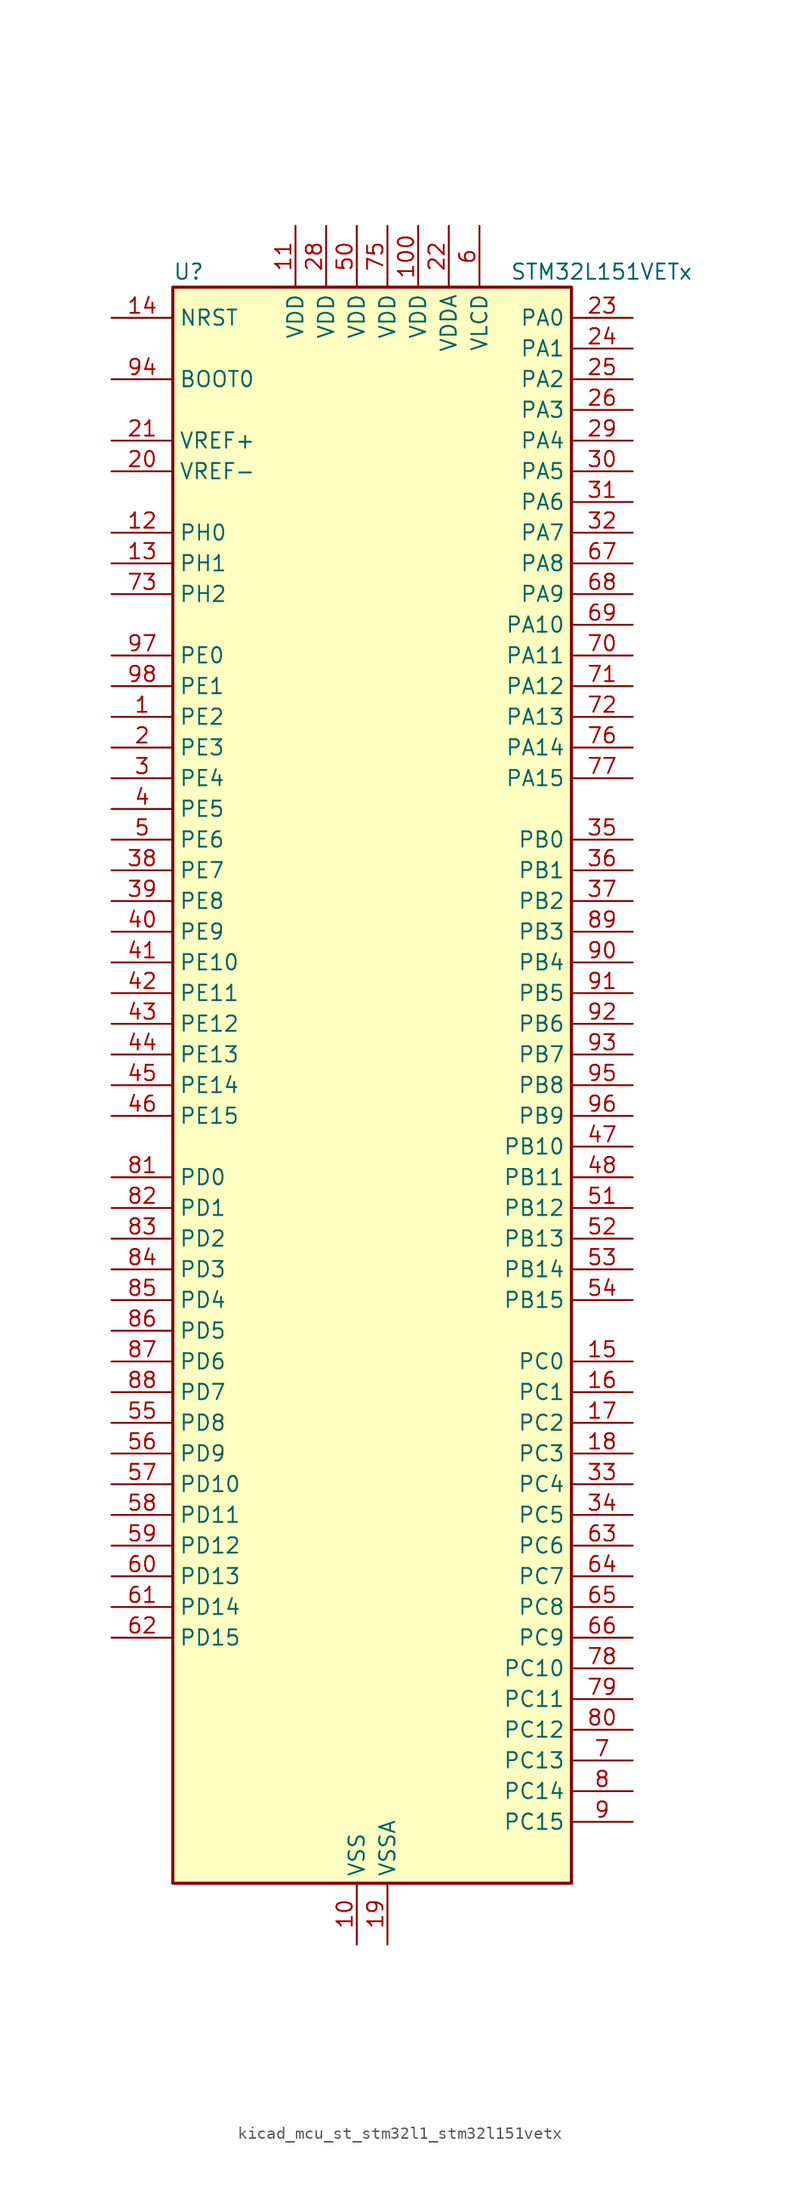
<source format=kicad_sym>
(kicad_symbol_lib
  (version 20220914)
  (generator kicad_symbol_editor)
  (symbol "kicad_mcu_st_stm32l1_stm32l151vetx"
    (property "Reference" "U"
      (at -15.24 67.31 0)
      (effects (font (size 1.27 1.27)) (justify left)))
    (property "Value" "STM32L151VETx"
      (at 12.7 67.31 0)
      (effects (font (size 1.27 1.27)) (justify left)))
    (property "ki_locked" ""
      (at 0 0 0)
      (effects (font (size 1.27 1.27))))
    (symbol "kicad_mcu_st_stm32l1_stm32l151vetx_0_1"
      (rectangle (start -15.24 -66.04) (end 17.78 66.04) (stroke (width 0.254) (type default)) (fill (type background))))
    (symbol "kicad_mcu_st_stm32l1_stm32l151vetx_1_1"
      (pin bidirectional line (at -20.32 30.48 0) (length 5.08) (name "PE2" (effects (font (size 1.27 1.27)))) (number "1" (effects (font (size 1.27 1.27)))) (alternate "SYS_TRACECK" bidirectional line) (alternate "TIM3_ETR" bidirectional line) (alternate "TIMX_IC3" bidirectional line))
      (pin power_in line (at 0 -71.12 90) (length 5.08) (name "VSS" (effects (font (size 1.27 1.27)))) (number "10" (effects (font (size 1.27 1.27)))))
      (pin power_in line (at 5.08 71.12 270) (length 5.08) (name "VDD" (effects (font (size 1.27 1.27)))) (number "100" (effects (font (size 1.27 1.27)))))
      (pin power_in line (at -5.08 71.12 270) (length 5.08) (name "VDD" (effects (font (size 1.27 1.27)))) (number "11" (effects (font (size 1.27 1.27)))))
      (pin bidirectional line (at -20.32 45.72 0) (length 5.08) (name "PH0" (effects (font (size 1.27 1.27)))) (number "12" (effects (font (size 1.27 1.27)))) (alternate "RCC_OSC_IN" bidirectional line))
      (pin bidirectional line (at -20.32 43.18 0) (length 5.08) (name "PH1" (effects (font (size 1.27 1.27)))) (number "13" (effects (font (size 1.27 1.27)))) (alternate "RCC_OSC_OUT" bidirectional line))
      (pin input line (at -20.32 63.5 0) (length 5.08) (name "NRST" (effects (font (size 1.27 1.27)))) (number "14" (effects (font (size 1.27 1.27)))))
      (pin bidirectional line (at 22.86 -22.86 180) (length 5.08) (name "PC0" (effects (font (size 1.27 1.27)))) (number "15" (effects (font (size 1.27 1.27)))) (alternate "ADC_IN10" bidirectional line) (alternate "COMP1_INP" bidirectional line) (alternate "TIMX_IC1" bidirectional line) (alternate "TS_G8_IO1" bidirectional line))
      (pin bidirectional line (at 22.86 -25.4 180) (length 5.08) (name "PC1" (effects (font (size 1.27 1.27)))) (number "16" (effects (font (size 1.27 1.27)))) (alternate "ADC_IN11" bidirectional line) (alternate "COMP1_INP" bidirectional line) (alternate "TIMX_IC2" bidirectional line) (alternate "TS_G8_IO2" bidirectional line))
      (pin bidirectional line (at 22.86 -27.94 180) (length 5.08) (name "PC2" (effects (font (size 1.27 1.27)))) (number "17" (effects (font (size 1.27 1.27)))) (alternate "ADC_IN12" bidirectional line) (alternate "COMP1_INP" bidirectional line) (alternate "TIMX_IC3" bidirectional line) (alternate "TS_G8_IO3" bidirectional line))
      (pin bidirectional line (at 22.86 -30.48 180) (length 5.08) (name "PC3" (effects (font (size 1.27 1.27)))) (number "18" (effects (font (size 1.27 1.27)))) (alternate "ADC_IN13" bidirectional line) (alternate "COMP1_INP" bidirectional line) (alternate "TIMX_IC4" bidirectional line) (alternate "TS_G8_IO4" bidirectional line))
      (pin power_in line (at 2.54 -71.12 90) (length 5.08) (name "VSSA" (effects (font (size 1.27 1.27)))) (number "19" (effects (font (size 1.27 1.27)))))
      (pin bidirectional line (at -20.32 27.94 0) (length 5.08) (name "PE3" (effects (font (size 1.27 1.27)))) (number "2" (effects (font (size 1.27 1.27)))) (alternate "SYS_TRACED0" bidirectional line) (alternate "TIM3_CH1" bidirectional line) (alternate "TIMX_IC4" bidirectional line))
      (pin input line (at -20.32 50.8 0) (length 5.08) (name "VREF-" (effects (font (size 1.27 1.27)))) (number "20" (effects (font (size 1.27 1.27)))))
      (pin input line (at -20.32 53.34 0) (length 5.08) (name "VREF+" (effects (font (size 1.27 1.27)))) (number "21" (effects (font (size 1.27 1.27)))))
      (pin power_in line (at 7.62 71.12 270) (length 5.08) (name "VDDA" (effects (font (size 1.27 1.27)))) (number "22" (effects (font (size 1.27 1.27)))))
      (pin bidirectional line (at 22.86 63.5 180) (length 5.08) (name "PA0" (effects (font (size 1.27 1.27)))) (number "23" (effects (font (size 1.27 1.27)))) (alternate "ADC_IN0" bidirectional line) (alternate "COMP1_INP" bidirectional line) (alternate "RTC_TAMP2" bidirectional line) (alternate "SYS_WKUP1" bidirectional line) (alternate "TIM2_CH1" bidirectional line) (alternate "TIM2_ETR" bidirectional line) (alternate "TIM5_CH1" bidirectional line) (alternate "TIMX_IC1" bidirectional line) (alternate "TS_G1_IO1" bidirectional line) (alternate "USART2_CTS" bidirectional line))
      (pin bidirectional line (at 22.86 60.96 180) (length 5.08) (name "PA1" (effects (font (size 1.27 1.27)))) (number "24" (effects (font (size 1.27 1.27)))) (alternate "ADC_IN1" bidirectional line) (alternate "COMP1_INP" bidirectional line) (alternate "OPAMP1_VINP" bidirectional line) (alternate "TIM2_CH2" bidirectional line) (alternate "TIM5_CH2" bidirectional line) (alternate "TIMX_IC2" bidirectional line) (alternate "TS_G1_IO2" bidirectional line) (alternate "USART2_RTS" bidirectional line))
      (pin bidirectional line (at 22.86 58.42 180) (length 5.08) (name "PA2" (effects (font (size 1.27 1.27)))) (number "25" (effects (font (size 1.27 1.27)))) (alternate "ADC_IN2" bidirectional line) (alternate "COMP1_INP" bidirectional line) (alternate "OPAMP1_VINM" bidirectional line) (alternate "TIM2_CH3" bidirectional line) (alternate "TIM5_CH3" bidirectional line) (alternate "TIM9_CH1" bidirectional line) (alternate "TIMX_IC3" bidirectional line) (alternate "TS_G1_IO3" bidirectional line) (alternate "USART2_TX" bidirectional line))
      (pin bidirectional line (at 22.86 55.88 180) (length 5.08) (name "PA3" (effects (font (size 1.27 1.27)))) (number "26" (effects (font (size 1.27 1.27)))) (alternate "ADC_IN3" bidirectional line) (alternate "COMP1_INP" bidirectional line) (alternate "OPAMP1_VOUT" bidirectional line) (alternate "TIM2_CH4" bidirectional line) (alternate "TIM5_CH4" bidirectional line) (alternate "TIM9_CH2" bidirectional line) (alternate "TIMX_IC4" bidirectional line) (alternate "TS_G1_IO4" bidirectional line) (alternate "USART2_RX" bidirectional line))
      (pin passive line (at 0 -71.12 90) (length 5.08) hide (name "VSS" (effects (font (size 1.27 1.27)))) (number "27" (effects (font (size 1.27 1.27)))))
      (pin power_in line (at -2.54 71.12 270) (length 5.08) (name "VDD" (effects (font (size 1.27 1.27)))) (number "28" (effects (font (size 1.27 1.27)))))
      (pin bidirectional line (at 22.86 53.34 180) (length 5.08) (name "PA4" (effects (font (size 1.27 1.27)))) (number "29" (effects (font (size 1.27 1.27)))) (alternate "ADC_IN4" bidirectional line) (alternate "COMP1_INP" bidirectional line) (alternate "DAC_OUT1" bidirectional line) (alternate "I2S3_WS" bidirectional line) (alternate "SPI1_NSS" bidirectional line) (alternate "SPI3_NSS" bidirectional line) (alternate "TIMX_IC1" bidirectional line) (alternate "USART2_CK" bidirectional line))
      (pin bidirectional line (at -20.32 25.4 0) (length 5.08) (name "PE4" (effects (font (size 1.27 1.27)))) (number "3" (effects (font (size 1.27 1.27)))) (alternate "SYS_TRACED1" bidirectional line) (alternate "TIM3_CH2" bidirectional line) (alternate "TIMX_IC1" bidirectional line))
      (pin bidirectional line (at 22.86 50.8 180) (length 5.08) (name "PA5" (effects (font (size 1.27 1.27)))) (number "30" (effects (font (size 1.27 1.27)))) (alternate "ADC_IN5" bidirectional line) (alternate "COMP1_INP" bidirectional line) (alternate "DAC_OUT2" bidirectional line) (alternate "SPI1_SCK" bidirectional line) (alternate "TIM2_CH1" bidirectional line) (alternate "TIM2_ETR" bidirectional line) (alternate "TIMX_IC2" bidirectional line))
      (pin bidirectional line (at 22.86 48.26 180) (length 5.08) (name "PA6" (effects (font (size 1.27 1.27)))) (number "31" (effects (font (size 1.27 1.27)))) (alternate "ADC_IN6" bidirectional line) (alternate "COMP1_INP" bidirectional line) (alternate "OPAMP2_VINP" bidirectional line) (alternate "SPI1_MISO" bidirectional line) (alternate "TIM10_CH1" bidirectional line) (alternate "TIM3_CH1" bidirectional line) (alternate "TIMX_IC3" bidirectional line) (alternate "TS_G2_IO1" bidirectional line))
      (pin bidirectional line (at 22.86 45.72 180) (length 5.08) (name "PA7" (effects (font (size 1.27 1.27)))) (number "32" (effects (font (size 1.27 1.27)))) (alternate "ADC_IN7" bidirectional line) (alternate "COMP1_INP" bidirectional line) (alternate "OPAMP2_VINM" bidirectional line) (alternate "SPI1_MOSI" bidirectional line) (alternate "TIM11_CH1" bidirectional line) (alternate "TIM3_CH2" bidirectional line) (alternate "TIMX_IC4" bidirectional line) (alternate "TS_G2_IO2" bidirectional line))
      (pin bidirectional line (at 22.86 -33.02 180) (length 5.08) (name "PC4" (effects (font (size 1.27 1.27)))) (number "33" (effects (font (size 1.27 1.27)))) (alternate "ADC_IN14" bidirectional line) (alternate "COMP1_INP" bidirectional line) (alternate "TIMX_IC1" bidirectional line) (alternate "TS_G9_IO1" bidirectional line))
      (pin bidirectional line (at 22.86 -35.56 180) (length 5.08) (name "PC5" (effects (font (size 1.27 1.27)))) (number "34" (effects (font (size 1.27 1.27)))) (alternate "ADC_IN15" bidirectional line) (alternate "COMP1_INP" bidirectional line) (alternate "TIMX_IC2" bidirectional line) (alternate "TS_G9_IO2" bidirectional line))
      (pin bidirectional line (at 22.86 20.32 180) (length 5.08) (name "PB0" (effects (font (size 1.27 1.27)))) (number "35" (effects (font (size 1.27 1.27)))) (alternate "ADC_IN8" bidirectional line) (alternate "COMP1_INP" bidirectional line) (alternate "OPAMP2_VOUT" bidirectional line) (alternate "SYS_V_REF_OUT" bidirectional line) (alternate "TIM3_CH3" bidirectional line) (alternate "TS_G3_IO1" bidirectional line))
      (pin bidirectional line (at 22.86 17.78 180) (length 5.08) (name "PB1" (effects (font (size 1.27 1.27)))) (number "36" (effects (font (size 1.27 1.27)))) (alternate "ADC_IN9" bidirectional line) (alternate "COMP1_INP" bidirectional line) (alternate "SYS_V_REF_OUT" bidirectional line) (alternate "TIM3_CH4" bidirectional line) (alternate "TS_G3_IO2" bidirectional line))
      (pin bidirectional line (at 22.86 15.24 180) (length 5.08) (name "PB2" (effects (font (size 1.27 1.27)))) (number "37" (effects (font (size 1.27 1.27)))) (alternate "ADC_IN0b" bidirectional line) (alternate "TS_G3_IO3" bidirectional line))
      (pin bidirectional line (at -20.32 17.78 0) (length 5.08) (name "PE7" (effects (font (size 1.27 1.27)))) (number "38" (effects (font (size 1.27 1.27)))) (alternate "ADC_IN22" bidirectional line) (alternate "COMP1_INP" bidirectional line) (alternate "TIMX_IC4" bidirectional line))
      (pin bidirectional line (at -20.32 15.24 0) (length 5.08) (name "PE8" (effects (font (size 1.27 1.27)))) (number "39" (effects (font (size 1.27 1.27)))) (alternate "ADC_IN23" bidirectional line) (alternate "COMP1_INP" bidirectional line) (alternate "TIMX_IC1" bidirectional line))
      (pin bidirectional line (at -20.32 22.86 0) (length 5.08) (name "PE5" (effects (font (size 1.27 1.27)))) (number "4" (effects (font (size 1.27 1.27)))) (alternate "SYS_TRACED2" bidirectional line) (alternate "TIM9_CH1" bidirectional line) (alternate "TIMX_IC2" bidirectional line))
      (pin bidirectional line (at -20.32 12.7 0) (length 5.08) (name "PE9" (effects (font (size 1.27 1.27)))) (number "40" (effects (font (size 1.27 1.27)))) (alternate "ADC_IN24" bidirectional line) (alternate "COMP1_INP" bidirectional line) (alternate "DAC_EXTI9" bidirectional line) (alternate "TIM2_CH1" bidirectional line) (alternate "TIM2_ETR" bidirectional line) (alternate "TIMX_IC2" bidirectional line))
      (pin bidirectional line (at -20.32 10.16 0) (length 5.08) (name "PE10" (effects (font (size 1.27 1.27)))) (number "41" (effects (font (size 1.27 1.27)))) (alternate "ADC_IN25" bidirectional line) (alternate "COMP1_INP" bidirectional line) (alternate "TIM2_CH2" bidirectional line) (alternate "TIMX_IC3" bidirectional line))
      (pin bidirectional line (at -20.32 7.62 0) (length 5.08) (name "PE11" (effects (font (size 1.27 1.27)))) (number "42" (effects (font (size 1.27 1.27)))) (alternate "ADC_EXTI11" bidirectional line) (alternate "TIM2_CH3" bidirectional line) (alternate "TIMX_IC4" bidirectional line))
      (pin bidirectional line (at -20.32 5.08 0) (length 5.08) (name "PE12" (effects (font (size 1.27 1.27)))) (number "43" (effects (font (size 1.27 1.27)))) (alternate "SPI1_NSS" bidirectional line) (alternate "TIM2_CH4" bidirectional line) (alternate "TIMX_IC1" bidirectional line))
      (pin bidirectional line (at -20.32 2.54 0) (length 5.08) (name "PE13" (effects (font (size 1.27 1.27)))) (number "44" (effects (font (size 1.27 1.27)))) (alternate "SPI1_SCK" bidirectional line) (alternate "TIMX_IC2" bidirectional line))
      (pin bidirectional line (at -20.32 0 0) (length 5.08) (name "PE14" (effects (font (size 1.27 1.27)))) (number "45" (effects (font (size 1.27 1.27)))) (alternate "SPI1_MISO" bidirectional line) (alternate "TIMX_IC3" bidirectional line))
      (pin bidirectional line (at -20.32 -2.54 0) (length 5.08) (name "PE15" (effects (font (size 1.27 1.27)))) (number "46" (effects (font (size 1.27 1.27)))) (alternate "ADC_EXTI15" bidirectional line) (alternate "SPI1_MOSI" bidirectional line) (alternate "TIMX_IC4" bidirectional line))
      (pin bidirectional line (at 22.86 -5.08 180) (length 5.08) (name "PB10" (effects (font (size 1.27 1.27)))) (number "47" (effects (font (size 1.27 1.27)))) (alternate "I2C2_SCL" bidirectional line) (alternate "TIM2_CH3" bidirectional line) (alternate "USART3_TX" bidirectional line))
      (pin bidirectional line (at 22.86 -7.62 180) (length 5.08) (name "PB11" (effects (font (size 1.27 1.27)))) (number "48" (effects (font (size 1.27 1.27)))) (alternate "ADC_EXTI11" bidirectional line) (alternate "I2C2_SDA" bidirectional line) (alternate "TIM2_CH4" bidirectional line) (alternate "USART3_RX" bidirectional line))
      (pin passive line (at 0 -71.12 90) (length 5.08) hide (name "VSS" (effects (font (size 1.27 1.27)))) (number "49" (effects (font (size 1.27 1.27)))))
      (pin bidirectional line (at -20.32 20.32 0) (length 5.08) (name "PE6" (effects (font (size 1.27 1.27)))) (number "5" (effects (font (size 1.27 1.27)))) (alternate "RTC_TAMP3" bidirectional line) (alternate "SYS_TRACED3" bidirectional line) (alternate "SYS_WKUP3" bidirectional line) (alternate "TIM9_CH2" bidirectional line) (alternate "TIMX_IC3" bidirectional line))
      (pin power_in line (at 0 71.12 270) (length 5.08) (name "VDD" (effects (font (size 1.27 1.27)))) (number "50" (effects (font (size 1.27 1.27)))))
      (pin bidirectional line (at 22.86 -10.16 180) (length 5.08) (name "PB12" (effects (font (size 1.27 1.27)))) (number "51" (effects (font (size 1.27 1.27)))) (alternate "ADC_IN18" bidirectional line) (alternate "COMP1_INP" bidirectional line) (alternate "I2C2_SMBA" bidirectional line) (alternate "I2S2_WS" bidirectional line) (alternate "SPI2_NSS" bidirectional line) (alternate "TIM10_CH1" bidirectional line) (alternate "TS_G7_IO1" bidirectional line) (alternate "USART3_CK" bidirectional line))
      (pin bidirectional line (at 22.86 -12.7 180) (length 5.08) (name "PB13" (effects (font (size 1.27 1.27)))) (number "52" (effects (font (size 1.27 1.27)))) (alternate "ADC_IN19" bidirectional line) (alternate "COMP1_INP" bidirectional line) (alternate "I2S2_CK" bidirectional line) (alternate "SPI2_SCK" bidirectional line) (alternate "TIM9_CH1" bidirectional line) (alternate "TS_G7_IO2" bidirectional line) (alternate "USART3_CTS" bidirectional line))
      (pin bidirectional line (at 22.86 -15.24 180) (length 5.08) (name "PB14" (effects (font (size 1.27 1.27)))) (number "53" (effects (font (size 1.27 1.27)))) (alternate "ADC_IN20" bidirectional line) (alternate "COMP1_INP" bidirectional line) (alternate "SPI2_MISO" bidirectional line) (alternate "TIM9_CH2" bidirectional line) (alternate "TS_G7_IO3" bidirectional line) (alternate "USART3_RTS" bidirectional line))
      (pin bidirectional line (at 22.86 -17.78 180) (length 5.08) (name "PB15" (effects (font (size 1.27 1.27)))) (number "54" (effects (font (size 1.27 1.27)))) (alternate "ADC_EXTI15" bidirectional line) (alternate "ADC_IN21" bidirectional line) (alternate "COMP1_INP" bidirectional line) (alternate "I2S2_SD" bidirectional line) (alternate "RTC_REFIN" bidirectional line) (alternate "SPI2_MOSI" bidirectional line) (alternate "TIM11_CH1" bidirectional line) (alternate "TS_G7_IO4" bidirectional line))
      (pin bidirectional line (at -20.32 -27.94 0) (length 5.08) (name "PD8" (effects (font (size 1.27 1.27)))) (number "55" (effects (font (size 1.27 1.27)))) (alternate "TIMX_IC1" bidirectional line) (alternate "USART3_TX" bidirectional line))
      (pin bidirectional line (at -20.32 -30.48 0) (length 5.08) (name "PD9" (effects (font (size 1.27 1.27)))) (number "56" (effects (font (size 1.27 1.27)))) (alternate "DAC_EXTI9" bidirectional line) (alternate "TIMX_IC2" bidirectional line) (alternate "USART3_RX" bidirectional line))
      (pin bidirectional line (at -20.32 -33.02 0) (length 5.08) (name "PD10" (effects (font (size 1.27 1.27)))) (number "57" (effects (font (size 1.27 1.27)))) (alternate "TIMX_IC3" bidirectional line) (alternate "USART3_CK" bidirectional line))
      (pin bidirectional line (at -20.32 -35.56 0) (length 5.08) (name "PD11" (effects (font (size 1.27 1.27)))) (number "58" (effects (font (size 1.27 1.27)))) (alternate "ADC_EXTI11" bidirectional line) (alternate "TIMX_IC4" bidirectional line) (alternate "USART3_CTS" bidirectional line))
      (pin bidirectional line (at -20.32 -38.1 0) (length 5.08) (name "PD12" (effects (font (size 1.27 1.27)))) (number "59" (effects (font (size 1.27 1.27)))) (alternate "TIM4_CH1" bidirectional line) (alternate "TIMX_IC1" bidirectional line) (alternate "USART3_RTS" bidirectional line))
      (pin power_in line (at 10.16 71.12 270) (length 5.08) (name "VLCD" (effects (font (size 1.27 1.27)))) (number "6" (effects (font (size 1.27 1.27)))))
      (pin bidirectional line (at -20.32 -40.64 0) (length 5.08) (name "PD13" (effects (font (size 1.27 1.27)))) (number "60" (effects (font (size 1.27 1.27)))) (alternate "TIM4_CH2" bidirectional line) (alternate "TIMX_IC2" bidirectional line))
      (pin bidirectional line (at -20.32 -43.18 0) (length 5.08) (name "PD14" (effects (font (size 1.27 1.27)))) (number "61" (effects (font (size 1.27 1.27)))) (alternate "TIM4_CH3" bidirectional line) (alternate "TIMX_IC3" bidirectional line))
      (pin bidirectional line (at -20.32 -45.72 0) (length 5.08) (name "PD15" (effects (font (size 1.27 1.27)))) (number "62" (effects (font (size 1.27 1.27)))) (alternate "ADC_EXTI15" bidirectional line) (alternate "TIM4_CH4" bidirectional line) (alternate "TIMX_IC4" bidirectional line))
      (pin bidirectional line (at 22.86 -38.1 180) (length 5.08) (name "PC6" (effects (font (size 1.27 1.27)))) (number "63" (effects (font (size 1.27 1.27)))) (alternate "I2S2_MCK" bidirectional line) (alternate "TIM3_CH1" bidirectional line) (alternate "TIMX_IC3" bidirectional line) (alternate "TS_G10_IO1" bidirectional line))
      (pin bidirectional line (at 22.86 -40.64 180) (length 5.08) (name "PC7" (effects (font (size 1.27 1.27)))) (number "64" (effects (font (size 1.27 1.27)))) (alternate "I2S3_MCK" bidirectional line) (alternate "TIM3_CH2" bidirectional line) (alternate "TIMX_IC4" bidirectional line) (alternate "TS_G10_IO2" bidirectional line))
      (pin bidirectional line (at 22.86 -43.18 180) (length 5.08) (name "PC8" (effects (font (size 1.27 1.27)))) (number "65" (effects (font (size 1.27 1.27)))) (alternate "TIM3_CH3" bidirectional line) (alternate "TIMX_IC1" bidirectional line) (alternate "TS_G10_IO3" bidirectional line))
      (pin bidirectional line (at 22.86 -45.72 180) (length 5.08) (name "PC9" (effects (font (size 1.27 1.27)))) (number "66" (effects (font (size 1.27 1.27)))) (alternate "DAC_EXTI9" bidirectional line) (alternate "TIM3_CH4" bidirectional line) (alternate "TIMX_IC2" bidirectional line) (alternate "TS_G10_IO4" bidirectional line))
      (pin bidirectional line (at 22.86 43.18 180) (length 5.08) (name "PA8" (effects (font (size 1.27 1.27)))) (number "67" (effects (font (size 1.27 1.27)))) (alternate "RCC_MCO" bidirectional line) (alternate "TIMX_IC1" bidirectional line) (alternate "TS_G4_IO1" bidirectional line) (alternate "USART1_CK" bidirectional line))
      (pin bidirectional line (at 22.86 40.64 180) (length 5.08) (name "PA9" (effects (font (size 1.27 1.27)))) (number "68" (effects (font (size 1.27 1.27)))) (alternate "DAC_EXTI9" bidirectional line) (alternate "TIMX_IC2" bidirectional line) (alternate "TS_G4_IO2" bidirectional line) (alternate "USART1_TX" bidirectional line))
      (pin bidirectional line (at 22.86 38.1 180) (length 5.08) (name "PA10" (effects (font (size 1.27 1.27)))) (number "69" (effects (font (size 1.27 1.27)))) (alternate "TIMX_IC3" bidirectional line) (alternate "TS_G4_IO3" bidirectional line) (alternate "USART1_RX" bidirectional line))
      (pin bidirectional line (at 22.86 -55.88 180) (length 5.08) (name "PC13" (effects (font (size 1.27 1.27)))) (number "7" (effects (font (size 1.27 1.27)))) (alternate "RTC_OUT_ALARM" bidirectional line) (alternate "RTC_OUT_CALIB" bidirectional line) (alternate "RTC_TAMP1" bidirectional line) (alternate "RTC_TS" bidirectional line) (alternate "SYS_WKUP2" bidirectional line) (alternate "TIMX_IC2" bidirectional line))
      (pin bidirectional line (at 22.86 35.56 180) (length 5.08) (name "PA11" (effects (font (size 1.27 1.27)))) (number "70" (effects (font (size 1.27 1.27)))) (alternate "ADC_EXTI11" bidirectional line) (alternate "SPI1_MISO" bidirectional line) (alternate "TIMX_IC4" bidirectional line) (alternate "USART1_CTS" bidirectional line) (alternate "USB_DM" bidirectional line))
      (pin bidirectional line (at 22.86 33.02 180) (length 5.08) (name "PA12" (effects (font (size 1.27 1.27)))) (number "71" (effects (font (size 1.27 1.27)))) (alternate "SPI1_MOSI" bidirectional line) (alternate "TIMX_IC1" bidirectional line) (alternate "USART1_RTS" bidirectional line) (alternate "USB_DP" bidirectional line))
      (pin bidirectional line (at 22.86 30.48 180) (length 5.08) (name "PA13" (effects (font (size 1.27 1.27)))) (number "72" (effects (font (size 1.27 1.27)))) (alternate "SYS_JTMS-SWDIO" bidirectional line) (alternate "TIMX_IC2" bidirectional line) (alternate "TS_G5_IO1" bidirectional line))
      (pin bidirectional line (at -20.32 40.64 0) (length 5.08) (name "PH2" (effects (font (size 1.27 1.27)))) (number "73" (effects (font (size 1.27 1.27)))))
      (pin passive line (at 0 -71.12 90) (length 5.08) hide (name "VSS" (effects (font (size 1.27 1.27)))) (number "74" (effects (font (size 1.27 1.27)))))
      (pin power_in line (at 2.54 71.12 270) (length 5.08) (name "VDD" (effects (font (size 1.27 1.27)))) (number "75" (effects (font (size 1.27 1.27)))))
      (pin bidirectional line (at 22.86 27.94 180) (length 5.08) (name "PA14" (effects (font (size 1.27 1.27)))) (number "76" (effects (font (size 1.27 1.27)))) (alternate "SYS_JTCK-SWCLK" bidirectional line) (alternate "TIMX_IC3" bidirectional line) (alternate "TS_G5_IO2" bidirectional line))
      (pin bidirectional line (at 22.86 25.4 180) (length 5.08) (name "PA15" (effects (font (size 1.27 1.27)))) (number "77" (effects (font (size 1.27 1.27)))) (alternate "ADC_EXTI15" bidirectional line) (alternate "I2S3_WS" bidirectional line) (alternate "SPI1_NSS" bidirectional line) (alternate "SPI3_NSS" bidirectional line) (alternate "SYS_JTDI" bidirectional line) (alternate "TIM2_CH1" bidirectional line) (alternate "TIM2_ETR" bidirectional line) (alternate "TIMX_IC4" bidirectional line) (alternate "TS_G5_IO3" bidirectional line))
      (pin bidirectional line (at 22.86 -48.26 180) (length 5.08) (name "PC10" (effects (font (size 1.27 1.27)))) (number "78" (effects (font (size 1.27 1.27)))) (alternate "I2S3_CK" bidirectional line) (alternate "SPI3_SCK" bidirectional line) (alternate "TIMX_IC3" bidirectional line) (alternate "UART4_TX" bidirectional line) (alternate "USART3_TX" bidirectional line))
      (pin bidirectional line (at 22.86 -50.8 180) (length 5.08) (name "PC11" (effects (font (size 1.27 1.27)))) (number "79" (effects (font (size 1.27 1.27)))) (alternate "ADC_EXTI11" bidirectional line) (alternate "SPI3_MISO" bidirectional line) (alternate "TIMX_IC4" bidirectional line) (alternate "UART4_RX" bidirectional line) (alternate "USART3_RX" bidirectional line))
      (pin bidirectional line (at 22.86 -58.42 180) (length 5.08) (name "PC14" (effects (font (size 1.27 1.27)))) (number "8" (effects (font (size 1.27 1.27)))) (alternate "RCC_OSC32_IN" bidirectional line) (alternate "TIMX_IC3" bidirectional line))
      (pin bidirectional line (at 22.86 -53.34 180) (length 5.08) (name "PC12" (effects (font (size 1.27 1.27)))) (number "80" (effects (font (size 1.27 1.27)))) (alternate "I2S3_SD" bidirectional line) (alternate "SPI3_MOSI" bidirectional line) (alternate "TIMX_IC1" bidirectional line) (alternate "UART5_TX" bidirectional line) (alternate "USART3_CK" bidirectional line))
      (pin bidirectional line (at -20.32 -7.62 0) (length 5.08) (name "PD0" (effects (font (size 1.27 1.27)))) (number "81" (effects (font (size 1.27 1.27)))) (alternate "I2S2_WS" bidirectional line) (alternate "SPI2_NSS" bidirectional line) (alternate "TIM9_CH1" bidirectional line) (alternate "TIMX_IC1" bidirectional line))
      (pin bidirectional line (at -20.32 -10.16 0) (length 5.08) (name "PD1" (effects (font (size 1.27 1.27)))) (number "82" (effects (font (size 1.27 1.27)))) (alternate "I2S2_CK" bidirectional line) (alternate "SPI2_SCK" bidirectional line) (alternate "TIMX_IC2" bidirectional line))
      (pin bidirectional line (at -20.32 -12.7 0) (length 5.08) (name "PD2" (effects (font (size 1.27 1.27)))) (number "83" (effects (font (size 1.27 1.27)))) (alternate "TIM3_ETR" bidirectional line) (alternate "TIMX_IC3" bidirectional line) (alternate "UART5_RX" bidirectional line))
      (pin bidirectional line (at -20.32 -15.24 0) (length 5.08) (name "PD3" (effects (font (size 1.27 1.27)))) (number "84" (effects (font (size 1.27 1.27)))) (alternate "SPI2_MISO" bidirectional line) (alternate "TIMX_IC4" bidirectional line) (alternate "USART2_CTS" bidirectional line))
      (pin bidirectional line (at -20.32 -17.78 0) (length 5.08) (name "PD4" (effects (font (size 1.27 1.27)))) (number "85" (effects (font (size 1.27 1.27)))) (alternate "I2S2_SD" bidirectional line) (alternate "SPI2_MOSI" bidirectional line) (alternate "TIMX_IC1" bidirectional line) (alternate "USART2_RTS" bidirectional line))
      (pin bidirectional line (at -20.32 -20.32 0) (length 5.08) (name "PD5" (effects (font (size 1.27 1.27)))) (number "86" (effects (font (size 1.27 1.27)))) (alternate "TIMX_IC2" bidirectional line) (alternate "USART2_TX" bidirectional line))
      (pin bidirectional line (at -20.32 -22.86 0) (length 5.08) (name "PD6" (effects (font (size 1.27 1.27)))) (number "87" (effects (font (size 1.27 1.27)))) (alternate "TIMX_IC3" bidirectional line) (alternate "USART2_RX" bidirectional line))
      (pin bidirectional line (at -20.32 -25.4 0) (length 5.08) (name "PD7" (effects (font (size 1.27 1.27)))) (number "88" (effects (font (size 1.27 1.27)))) (alternate "TIM9_CH2" bidirectional line) (alternate "TIMX_IC4" bidirectional line) (alternate "USART2_CK" bidirectional line))
      (pin bidirectional line (at 22.86 12.7 180) (length 5.08) (name "PB3" (effects (font (size 1.27 1.27)))) (number "89" (effects (font (size 1.27 1.27)))) (alternate "COMP2_INM" bidirectional line) (alternate "I2S3_CK" bidirectional line) (alternate "SPI1_SCK" bidirectional line) (alternate "SPI3_SCK" bidirectional line) (alternate "SYS_JTDO-TRACESWO" bidirectional line) (alternate "TIM2_CH2" bidirectional line))
      (pin bidirectional line (at 22.86 -60.96 180) (length 5.08) (name "PC15" (effects (font (size 1.27 1.27)))) (number "9" (effects (font (size 1.27 1.27)))) (alternate "ADC_EXTI15" bidirectional line) (alternate "RCC_OSC32_OUT" bidirectional line) (alternate "TIMX_IC4" bidirectional line))
      (pin bidirectional line (at 22.86 10.16 180) (length 5.08) (name "PB4" (effects (font (size 1.27 1.27)))) (number "90" (effects (font (size 1.27 1.27)))) (alternate "COMP2_INP" bidirectional line) (alternate "SPI1_MISO" bidirectional line) (alternate "SPI3_MISO" bidirectional line) (alternate "SYS_JTRST" bidirectional line) (alternate "TIM3_CH1" bidirectional line) (alternate "TS_G6_IO1" bidirectional line))
      (pin bidirectional line (at 22.86 7.62 180) (length 5.08) (name "PB5" (effects (font (size 1.27 1.27)))) (number "91" (effects (font (size 1.27 1.27)))) (alternate "COMP2_INP" bidirectional line) (alternate "I2C1_SMBA" bidirectional line) (alternate "I2S3_SD" bidirectional line) (alternate "SPI1_MOSI" bidirectional line) (alternate "SPI3_MOSI" bidirectional line) (alternate "TIM3_CH2" bidirectional line) (alternate "TS_G6_IO2" bidirectional line))
      (pin bidirectional line (at 22.86 5.08 180) (length 5.08) (name "PB6" (effects (font (size 1.27 1.27)))) (number "92" (effects (font (size 1.27 1.27)))) (alternate "COMP2_INP" bidirectional line) (alternate "I2C1_SCL" bidirectional line) (alternate "TIM4_CH1" bidirectional line) (alternate "TS_G6_IO3" bidirectional line) (alternate "USART1_TX" bidirectional line))
      (pin bidirectional line (at 22.86 2.54 180) (length 5.08) (name "PB7" (effects (font (size 1.27 1.27)))) (number "93" (effects (font (size 1.27 1.27)))) (alternate "COMP2_INP" bidirectional line) (alternate "I2C1_SDA" bidirectional line) (alternate "SYS_PVD_IN" bidirectional line) (alternate "TIM4_CH2" bidirectional line) (alternate "TS_G6_IO4" bidirectional line) (alternate "USART1_RX" bidirectional line))
      (pin input line (at -20.32 58.42 0) (length 5.08) (name "BOOT0" (effects (font (size 1.27 1.27)))) (number "94" (effects (font (size 1.27 1.27)))))
      (pin bidirectional line (at 22.86 0 180) (length 5.08) (name "PB8" (effects (font (size 1.27 1.27)))) (number "95" (effects (font (size 1.27 1.27)))) (alternate "I2C1_SCL" bidirectional line) (alternate "TIM10_CH1" bidirectional line) (alternate "TIM4_CH3" bidirectional line))
      (pin bidirectional line (at 22.86 -2.54 180) (length 5.08) (name "PB9" (effects (font (size 1.27 1.27)))) (number "96" (effects (font (size 1.27 1.27)))) (alternate "DAC_EXTI9" bidirectional line) (alternate "I2C1_SDA" bidirectional line) (alternate "TIM11_CH1" bidirectional line) (alternate "TIM4_CH4" bidirectional line))
      (pin bidirectional line (at -20.32 35.56 0) (length 5.08) (name "PE0" (effects (font (size 1.27 1.27)))) (number "97" (effects (font (size 1.27 1.27)))) (alternate "TIM10_CH1" bidirectional line) (alternate "TIM4_ETR" bidirectional line) (alternate "TIMX_IC1" bidirectional line))
      (pin bidirectional line (at -20.32 33.02 0) (length 5.08) (name "PE1" (effects (font (size 1.27 1.27)))) (number "98" (effects (font (size 1.27 1.27)))) (alternate "TIM11_CH1" bidirectional line) (alternate "TIMX_IC2" bidirectional line))
      (pin passive line (at 0 -71.12 90) (length 5.08) hide (name "VSS" (effects (font (size 1.27 1.27)))) (number "99" (effects (font (size 1.27 1.27))))))))
</source>
